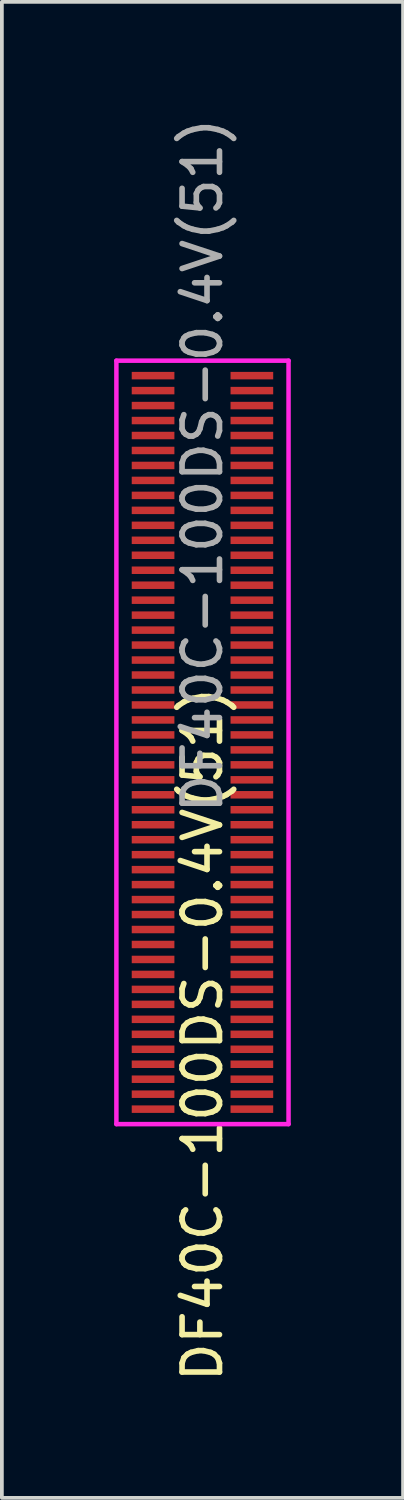
<source format=kicad_pcb>
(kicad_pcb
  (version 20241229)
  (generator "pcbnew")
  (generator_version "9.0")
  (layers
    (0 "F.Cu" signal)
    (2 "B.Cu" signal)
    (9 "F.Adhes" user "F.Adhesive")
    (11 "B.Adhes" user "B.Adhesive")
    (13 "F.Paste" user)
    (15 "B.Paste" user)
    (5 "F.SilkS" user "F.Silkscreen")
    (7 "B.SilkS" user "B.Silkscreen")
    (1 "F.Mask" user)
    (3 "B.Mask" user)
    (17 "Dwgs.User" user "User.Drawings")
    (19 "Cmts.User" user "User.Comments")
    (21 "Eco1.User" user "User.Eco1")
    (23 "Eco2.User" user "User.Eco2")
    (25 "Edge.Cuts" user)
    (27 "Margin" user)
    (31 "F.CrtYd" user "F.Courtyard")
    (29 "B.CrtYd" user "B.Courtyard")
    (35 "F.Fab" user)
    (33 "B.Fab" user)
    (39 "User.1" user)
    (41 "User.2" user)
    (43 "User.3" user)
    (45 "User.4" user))
  (footprint "DF40C-100DS-0.4V(51)"
    (layer "F.Cu")
    (at 2.36 16.787)
    (property "Reference" "DF40C-100DS-0.4V(51)" (at 0 7.8 90) (unlocked yes) (layer "F.SilkS") (effects (font (size 1 1) (thickness 0.15))))
    (fp_line (start -2.3 -10.2) (end 2.3 -10.2) (stroke (width 0.12) (type solid)) (layer "F.CrtYd"))
    (fp_line (start -2.3 10.2) (end -2.3 -10.2) (stroke (width 0.12) (type solid)) (layer "F.CrtYd"))
    (fp_line (start 2.3 -10.2) (end 2.3 10.2) (stroke (width 0.12) (type solid)) (layer "F.CrtYd"))
    (fp_line (start 2.3 10.2) (end -2.3 10.2) (stroke (width 0.12) (type solid)) (layer "F.CrtYd"))
    (fp_text user "${REFERENCE}" (at 0 -7.4 90) (unlocked yes) (layer "F.Fab") (effects (font (size 1 1) (thickness 0.15))))
    (pad "1" smd rect (at -1.32 -9.8) (size 1.14 0.2) (layers "F.Cu" "F.Mask" "F.Paste"))
    (pad "2" smd rect (at 1.32 -9.8) (size 1.14 0.2) (layers "F.Cu" "F.Mask" "F.Paste"))
    (pad "3" smd rect (at -1.32 -9.4) (size 1.14 0.2) (layers "F.Cu" "F.Mask" "F.Paste"))
    (pad "4" smd rect (at 1.32 -9.4) (size 1.14 0.2) (layers "F.Cu" "F.Mask" "F.Paste"))
    (pad "5" smd rect (at -1.32 -9) (size 1.14 0.2) (layers "F.Cu" "F.Mask" "F.Paste"))
    (pad "6" smd rect (at 1.32 -9) (size 1.14 0.2) (layers "F.Cu" "F.Mask" "F.Paste"))
    (pad "7" smd rect (at -1.32 -8.6) (size 1.14 0.2) (layers "F.Cu" "F.Mask" "F.Paste"))
    (pad "8" smd rect (at 1.32 -8.6) (size 1.14 0.2) (layers "F.Cu" "F.Mask" "F.Paste"))
    (pad "9" smd rect (at -1.32 -8.2) (size 1.14 0.2) (layers "F.Cu" "F.Mask" "F.Paste"))
    (pad "10" smd rect (at 1.32 -8.2) (size 1.14 0.2) (layers "F.Cu" "F.Mask" "F.Paste"))
    (pad "11" smd rect (at -1.32 -7.8) (size 1.14 0.2) (layers "F.Cu" "F.Mask" "F.Paste"))
    (pad "12" smd rect (at 1.32 -7.8) (size 1.14 0.2) (layers "F.Cu" "F.Mask" "F.Paste"))
    (pad "13" smd rect (at -1.32 -7.4) (size 1.14 0.2) (layers "F.Cu" "F.Mask" "F.Paste"))
    (pad "14" smd rect (at 1.32 -7.4) (size 1.14 0.2) (layers "F.Cu" "F.Mask" "F.Paste"))
    (pad "15" smd rect (at -1.32 -7) (size 1.14 0.2) (layers "F.Cu" "F.Mask" "F.Paste"))
    (pad "16" smd rect (at 1.32 -7) (size 1.14 0.2) (layers "F.Cu" "F.Mask" "F.Paste"))
    (pad "17" smd rect (at -1.32 -6.6) (size 1.14 0.2) (layers "F.Cu" "F.Mask" "F.Paste"))
    (pad "18" smd rect (at 1.32 -6.6) (size 1.14 0.2) (layers "F.Cu" "F.Mask" "F.Paste"))
    (pad "19" smd rect (at -1.32 -6.2) (size 1.14 0.2) (layers "F.Cu" "F.Mask" "F.Paste"))
    (pad "20" smd rect (at 1.32 -6.2) (size 1.14 0.2) (layers "F.Cu" "F.Mask" "F.Paste"))
    (pad "21" smd rect (at -1.32 -5.8) (size 1.14 0.2) (layers "F.Cu" "F.Mask" "F.Paste"))
    (pad "22" smd rect (at 1.32 -5.8) (size 1.14 0.2) (layers "F.Cu" "F.Mask" "F.Paste"))
    (pad "23" smd rect (at -1.32 -5.4) (size 1.14 0.2) (layers "F.Cu" "F.Mask" "F.Paste"))
    (pad "24" smd rect (at 1.32 -5.4) (size 1.14 0.2) (layers "F.Cu" "F.Mask" "F.Paste"))
    (pad "25" smd rect (at -1.32 -5) (size 1.14 0.2) (layers "F.Cu" "F.Mask" "F.Paste"))
    (pad "26" smd rect (at 1.32 -5) (size 1.14 0.2) (layers "F.Cu" "F.Mask" "F.Paste"))
    (pad "27" smd rect (at -1.32 -4.6) (size 1.14 0.2) (layers "F.Cu" "F.Mask" "F.Paste"))
    (pad "28" smd rect (at 1.32 -4.6) (size 1.14 0.2) (layers "F.Cu" "F.Mask" "F.Paste"))
    (pad "29" smd rect (at -1.32 -4.2) (size 1.14 0.2) (layers "F.Cu" "F.Mask" "F.Paste"))
    (pad "30" smd rect (at 1.32 -4.2) (size 1.14 0.2) (layers "F.Cu" "F.Mask" "F.Paste"))
    (pad "31" smd rect (at -1.32 -3.8) (size 1.14 0.2) (layers "F.Cu" "F.Mask" "F.Paste"))
    (pad "32" smd rect (at 1.32 -3.8) (size 1.14 0.2) (layers "F.Cu" "F.Mask" "F.Paste"))
    (pad "33" smd rect (at -1.32 -3.4) (size 1.14 0.2) (layers "F.Cu" "F.Mask" "F.Paste"))
    (pad "34" smd rect (at 1.32 -3.4) (size 1.14 0.2) (layers "F.Cu" "F.Mask" "F.Paste"))
    (pad "35" smd rect (at -1.32 -3) (size 1.14 0.2) (layers "F.Cu" "F.Mask" "F.Paste"))
    (pad "36" smd rect (at 1.32 -3) (size 1.14 0.2) (layers "F.Cu" "F.Mask" "F.Paste"))
    (pad "37" smd rect (at -1.32 -2.6) (size 1.14 0.2) (layers "F.Cu" "F.Mask" "F.Paste"))
    (pad "38" smd rect (at 1.32 -2.6) (size 1.14 0.2) (layers "F.Cu" "F.Mask" "F.Paste"))
    (pad "39" smd rect (at -1.32 -2.2) (size 1.14 0.2) (layers "F.Cu" "F.Mask" "F.Paste"))
    (pad "40" smd rect (at 1.32 -2.2) (size 1.14 0.2) (layers "F.Cu" "F.Mask" "F.Paste"))
    (pad "41" smd rect (at -1.32 -1.8) (size 1.14 0.2) (layers "F.Cu" "F.Mask" "F.Paste"))
    (pad "42" smd rect (at 1.32 -1.8) (size 1.14 0.2) (layers "F.Cu" "F.Mask" "F.Paste"))
    (pad "43" smd rect (at -1.32 -1.4) (size 1.14 0.2) (layers "F.Cu" "F.Mask" "F.Paste"))
    (pad "44" smd rect (at 1.32 -1.4) (size 1.14 0.2) (layers "F.Cu" "F.Mask" "F.Paste"))
    (pad "45" smd rect (at -1.32 -1) (size 1.14 0.2) (layers "F.Cu" "F.Mask" "F.Paste"))
    (pad "46" smd rect (at 1.32 -1) (size 1.14 0.2) (layers "F.Cu" "F.Mask" "F.Paste"))
    (pad "47" smd rect (at -1.32 -0.6) (size 1.14 0.2) (layers "F.Cu" "F.Mask" "F.Paste"))
    (pad "48" smd rect (at 1.32 -0.6) (size 1.14 0.2) (layers "F.Cu" "F.Mask" "F.Paste"))
    (pad "49" smd rect (at -1.32 -0.2) (size 1.14 0.2) (layers "F.Cu" "F.Mask" "F.Paste"))
    (pad "50" smd rect (at 1.32 -0.2) (size 1.14 0.2) (layers "F.Cu" "F.Mask" "F.Paste"))
    (pad "51" smd rect (at -1.32 0.2) (size 1.14 0.2) (layers "F.Cu" "F.Mask" "F.Paste"))
    (pad "52" smd rect (at 1.32 0.2) (size 1.14 0.2) (layers "F.Cu" "F.Mask" "F.Paste"))
    (pad "53" smd rect (at -1.32 0.6) (size 1.14 0.2) (layers "F.Cu" "F.Mask" "F.Paste"))
    (pad "54" smd rect (at 1.32 0.6) (size 1.14 0.2) (layers "F.Cu" "F.Mask" "F.Paste"))
    (pad "55" smd rect (at -1.32 1) (size 1.14 0.2) (layers "F.Cu" "F.Mask" "F.Paste"))
    (pad "56" smd rect (at 1.32 1) (size 1.14 0.2) (layers "F.Cu" "F.Mask" "F.Paste"))
    (pad "57" smd rect (at -1.32 1.4) (size 1.14 0.2) (layers "F.Cu" "F.Mask" "F.Paste"))
    (pad "58" smd rect (at 1.32 1.4) (size 1.14 0.2) (layers "F.Cu" "F.Mask" "F.Paste"))
    (pad "59" smd rect (at -1.32 1.8) (size 1.14 0.2) (layers "F.Cu" "F.Mask" "F.Paste"))
    (pad "60" smd rect (at 1.32 1.8) (size 1.14 0.2) (layers "F.Cu" "F.Mask" "F.Paste"))
    (pad "61" smd rect (at -1.32 2.2) (size 1.14 0.2) (layers "F.Cu" "F.Mask" "F.Paste"))
    (pad "62" smd rect (at 1.32 2.2) (size 1.14 0.2) (layers "F.Cu" "F.Mask" "F.Paste"))
    (pad "63" smd rect (at -1.32 2.6) (size 1.14 0.2) (layers "F.Cu" "F.Mask" "F.Paste"))
    (pad "64" smd rect (at 1.32 2.6) (size 1.14 0.2) (layers "F.Cu" "F.Mask" "F.Paste"))
    (pad "65" smd rect (at -1.32 3) (size 1.14 0.2) (layers "F.Cu" "F.Mask" "F.Paste"))
    (pad "66" smd rect (at 1.32 3) (size 1.14 0.2) (layers "F.Cu" "F.Mask" "F.Paste"))
    (pad "67" smd rect (at -1.32 3.4) (size 1.14 0.2) (layers "F.Cu" "F.Mask" "F.Paste"))
    (pad "68" smd rect (at 1.32 3.4) (size 1.14 0.2) (layers "F.Cu" "F.Mask" "F.Paste"))
    (pad "69" smd rect (at -1.32 3.8) (size 1.14 0.2) (layers "F.Cu" "F.Mask" "F.Paste"))
    (pad "70" smd rect (at 1.32 3.8) (size 1.14 0.2) (layers "F.Cu" "F.Mask" "F.Paste"))
    (pad "71" smd rect (at -1.32 4.2) (size 1.14 0.2) (layers "F.Cu" "F.Mask" "F.Paste"))
    (pad "72" smd rect (at 1.32 4.2) (size 1.14 0.2) (layers "F.Cu" "F.Mask" "F.Paste"))
    (pad "73" smd rect (at -1.32 4.6) (size 1.14 0.2) (layers "F.Cu" "F.Mask" "F.Paste"))
    (pad "74" smd rect (at 1.32 4.6) (size 1.14 0.2) (layers "F.Cu" "F.Mask" "F.Paste"))
    (pad "75" smd rect (at -1.32 5) (size 1.14 0.2) (layers "F.Cu" "F.Mask" "F.Paste"))
    (pad "76" smd rect (at 1.32 5) (size 1.14 0.2) (layers "F.Cu" "F.Mask" "F.Paste"))
    (pad "77" smd rect (at -1.32 5.4) (size 1.14 0.2) (layers "F.Cu" "F.Mask" "F.Paste"))
    (pad "78" smd rect (at 1.32 5.4) (size 1.14 0.2) (layers "F.Cu" "F.Mask" "F.Paste"))
    (pad "79" smd rect (at -1.32 5.8) (size 1.14 0.2) (layers "F.Cu" "F.Mask" "F.Paste"))
    (pad "80" smd rect (at 1.32 5.8) (size 1.14 0.2) (layers "F.Cu" "F.Mask" "F.Paste"))
    (pad "81" smd rect (at -1.32 6.2) (size 1.14 0.2) (layers "F.Cu" "F.Mask" "F.Paste"))
    (pad "82" smd rect (at 1.32 6.2) (size 1.14 0.2) (layers "F.Cu" "F.Mask" "F.Paste"))
    (pad "83" smd rect (at -1.32 6.6) (size 1.14 0.2) (layers "F.Cu" "F.Mask" "F.Paste"))
    (pad "84" smd rect (at 1.32 6.6) (size 1.14 0.2) (layers "F.Cu" "F.Mask" "F.Paste"))
    (pad "85" smd rect (at -1.32 7) (size 1.14 0.2) (layers "F.Cu" "F.Mask" "F.Paste"))
    (pad "86" smd rect (at 1.32 7) (size 1.14 0.2) (layers "F.Cu" "F.Mask" "F.Paste"))
    (pad "87" smd rect (at -1.32 7.4) (size 1.14 0.2) (layers "F.Cu" "F.Mask" "F.Paste"))
    (pad "88" smd rect (at 1.32 7.4) (size 1.14 0.2) (layers "F.Cu" "F.Mask" "F.Paste"))
    (pad "89" smd rect (at -1.32 7.8) (size 1.14 0.2) (layers "F.Cu" "F.Mask" "F.Paste"))
    (pad "90" smd rect (at 1.32 7.8) (size 1.14 0.2) (layers "F.Cu" "F.Mask" "F.Paste"))
    (pad "91" smd rect (at -1.32 8.2) (size 1.14 0.2) (layers "F.Cu" "F.Mask" "F.Paste"))
    (pad "92" smd rect (at 1.32 8.2) (size 1.14 0.2) (layers "F.Cu" "F.Mask" "F.Paste"))
    (pad "93" smd rect (at -1.32 8.6) (size 1.14 0.2) (layers "F.Cu" "F.Mask" "F.Paste"))
    (pad "94" smd rect (at 1.32 8.6) (size 1.14 0.2) (layers "F.Cu" "F.Mask" "F.Paste"))
    (pad "95" smd rect (at -1.32 9) (size 1.14 0.2) (layers "F.Cu" "F.Mask" "F.Paste"))
    (pad "96" smd rect (at 1.32 9) (size 1.14 0.2) (layers "F.Cu" "F.Mask" "F.Paste"))
    (pad "97" smd rect (at -1.32 9.4) (size 1.14 0.2) (layers "F.Cu" "F.Mask" "F.Paste"))
    (pad "98" smd rect (at 1.32 9.4) (size 1.14 0.2) (layers "F.Cu" "F.Mask" "F.Paste"))
    (pad "99" smd rect (at -1.32 9.8) (size 1.14 0.2) (layers "F.Cu" "F.Mask" "F.Paste"))
    (pad "100" smd rect (at 1.32 9.8) (size 1.14 0.2) (layers "F.Cu" "F.Mask" "F.Paste"))
    (zone (net_name "") (layer "F.Cu") (hatch edge 0.508) (connect_pads) (min_thickness 0.254) (filled_areas_thickness no) (keepout (tracks allowed) (vias allowed) (pads allowed) (copperpour not_allowed) (footprints allowed)) (placement (enabled no)) (fill) (polygon (pts (xy 1.56 7.287) (xy 0.56 7.287) (xy 0.56 7.087) (xy 1.56 7.087))))
    (zone (net_name "") (layer "F.Cu") (hatch edge 0.508) (connect_pads) (min_thickness 0.254) (filled_areas_thickness no) (keepout (tracks allowed) (vias allowed) (pads allowed) (copperpour not_allowed) (footprints allowed)) (placement (enabled no)) (fill) (polygon (pts (xy 1.56 7.687) (xy 0.56 7.687) (xy 0.56 7.487) (xy 1.56 7.487))))
    (zone (net_name "") (layer "F.Cu") (hatch edge 0.508) (connect_pads) (min_thickness 0.254) (filled_areas_thickness no) (keepout (tracks allowed) (vias allowed) (pads allowed) (copperpour not_allowed) (footprints allowed)) (placement (enabled no)) (fill) (polygon (pts (xy 1.56 8.087) (xy 0.56 8.087) (xy 0.56 7.887) (xy 1.56 7.887))))
    (zone (net_name "") (layer "F.Cu") (hatch edge 0.508) (connect_pads) (min_thickness 0.254) (filled_areas_thickness no) (keepout (tracks allowed) (vias allowed) (pads allowed) (copperpour not_allowed) (footprints allowed)) (placement (enabled no)) (fill) (polygon (pts (xy 1.56 8.487) (xy 0.56 8.487) (xy 0.56 8.287) (xy 1.56 8.287))))
    (zone (net_name "") (layer "F.Cu") (hatch edge 0.508) (connect_pads) (min_thickness 0.254) (filled_areas_thickness no) (keepout (tracks allowed) (vias allowed) (pads allowed) (copperpour not_allowed) (footprints allowed)) (placement (enabled no)) (fill) (polygon (pts (xy 1.56 8.887) (xy 0.56 8.887) (xy 0.56 8.687) (xy 1.56 8.687))))
    (zone (net_name "") (layer "F.Cu") (hatch edge 0.508) (connect_pads) (min_thickness 0.254) (filled_areas_thickness no) (keepout (tracks allowed) (vias allowed) (pads allowed) (copperpour not_allowed) (footprints allowed)) (placement (enabled no)) (fill) (polygon (pts (xy 1.56 9.287) (xy 0.56 9.287) (xy 0.56 9.087) (xy 1.56 9.087))))
    (zone (net_name "") (layer "F.Cu") (hatch edge 0.508) (connect_pads) (min_thickness 0.254) (filled_areas_thickness no) (keepout (tracks allowed) (vias allowed) (pads allowed) (copperpour not_allowed) (footprints allowed)) (placement (enabled no)) (fill) (polygon (pts (xy 1.56 9.687) (xy 0.56 9.687) (xy 0.56 9.487) (xy 1.56 9.487))))
    (zone (net_name "") (layer "F.Cu") (hatch edge 0.508) (connect_pads) (min_thickness 0.254) (filled_areas_thickness no) (keepout (tracks allowed) (vias allowed) (pads allowed) (copperpour not_allowed) (footprints allowed)) (placement (enabled no)) (fill) (polygon (pts (xy 1.56 10.087) (xy 0.56 10.087) (xy 0.56 9.887) (xy 1.56 9.887))))
    (zone (net_name "") (layer "F.Cu") (hatch edge 0.508) (connect_pads) (min_thickness 0.254) (filled_areas_thickness no) (keepout (tracks allowed) (vias allowed) (pads allowed) (copperpour not_allowed) (footprints allowed)) (placement (enabled no)) (fill) (polygon (pts (xy 1.56 10.487) (xy 0.56 10.487) (xy 0.56 10.287) (xy 1.56 10.287))))
    (zone (net_name "") (layer "F.Cu") (hatch edge 0.508) (connect_pads) (min_thickness 0.254) (filled_areas_thickness no) (keepout (tracks allowed) (vias allowed) (pads allowed) (copperpour not_allowed) (footprints allowed)) (placement (enabled no)) (fill) (polygon (pts (xy 1.56 10.887) (xy 0.56 10.887) (xy 0.56 10.687) (xy 1.56 10.687))))
    (zone (net_name "") (layer "F.Cu") (hatch edge 0.508) (connect_pads) (min_thickness 0.254) (filled_areas_thickness no) (keepout (tracks allowed) (vias allowed) (pads allowed) (copperpour not_allowed) (footprints allowed)) (placement (enabled no)) (fill) (polygon (pts (xy 1.56 11.287) (xy 0.56 11.287) (xy 0.56 11.087) (xy 1.56 11.087))))
    (zone (net_name "") (layer "F.Cu") (hatch edge 0.508) (connect_pads) (min_thickness 0.254) (filled_areas_thickness no) (keepout (tracks allowed) (vias allowed) (pads allowed) (copperpour not_allowed) (footprints allowed)) (placement (enabled no)) (fill) (polygon (pts (xy 1.56 11.687) (xy 0.56 11.687) (xy 0.56 11.487) (xy 1.56 11.487))))
    (zone (net_name "") (layer "F.Cu") (hatch edge 0.508) (connect_pads) (min_thickness 0.254) (filled_areas_thickness no) (keepout (tracks allowed) (vias allowed) (pads allowed) (copperpour not_allowed) (footprints allowed)) (placement (enabled no)) (fill) (polygon (pts (xy 1.56 12.087) (xy 0.56 12.087) (xy 0.56 11.887) (xy 1.56 11.887))))
    (zone (net_name "") (layer "F.Cu") (hatch edge 0.508) (connect_pads) (min_thickness 0.254) (filled_areas_thickness no) (keepout (tracks allowed) (vias allowed) (pads allowed) (copperpour not_allowed) (footprints allowed)) (placement (enabled no)) (fill) (polygon (pts (xy 1.56 12.487) (xy 0.56 12.487) (xy 0.56 12.287) (xy 1.56 12.287))))
    (zone (net_name "") (layer "F.Cu") (hatch edge 0.508) (connect_pads) (min_thickness 0.254) (filled_areas_thickness no) (keepout (tracks allowed) (vias allowed) (pads allowed) (copperpour not_allowed) (footprints allowed)) (placement (enabled no)) (fill) (polygon (pts (xy 1.56 12.887) (xy 0.56 12.887) (xy 0.56 12.687) (xy 1.56 12.687))))
    (zone (net_name "") (layer "F.Cu") (hatch edge 0.508) (connect_pads) (min_thickness 0.254) (filled_areas_thickness no) (keepout (tracks allowed) (vias allowed) (pads allowed) (copperpour not_allowed) (footprints allowed)) (placement (enabled no)) (fill) (polygon (pts (xy 1.56 13.287) (xy 0.56 13.287) (xy 0.56 13.087) (xy 1.56 13.087))))
    (zone (net_name "") (layer "F.Cu") (hatch edge 0.508) (connect_pads) (min_thickness 0.254) (filled_areas_thickness no) (keepout (tracks allowed) (vias allowed) (pads allowed) (copperpour not_allowed) (footprints allowed)) (placement (enabled no)) (fill) (polygon (pts (xy 1.56 13.687) (xy 0.56 13.687) (xy 0.56 13.487) (xy 1.56 13.487))))
    (zone (net_name "") (layer "F.Cu") (hatch edge 0.508) (connect_pads) (min_thickness 0.254) (filled_areas_thickness no) (keepout (tracks allowed) (vias allowed) (pads allowed) (copperpour not_allowed) (footprints allowed)) (placement (enabled no)) (fill) (polygon (pts (xy 1.56 14.087) (xy 0.56 14.087) (xy 0.56 13.887) (xy 1.56 13.887))))
    (zone (net_name "") (layer "F.Cu") (hatch edge 0.508) (connect_pads) (min_thickness 0.254) (filled_areas_thickness no) (keepout (tracks allowed) (vias allowed) (pads allowed) (copperpour not_allowed) (footprints allowed)) (placement (enabled no)) (fill) (polygon (pts (xy 1.56 14.487) (xy 0.56 14.487) (xy 0.56 14.287) (xy 1.56 14.287))))
    (zone (net_name "") (layer "F.Cu") (hatch edge 0.508) (connect_pads) (min_thickness 0.254) (filled_areas_thickness no) (keepout (tracks allowed) (vias allowed) (pads allowed) (copperpour not_allowed) (footprints allowed)) (placement (enabled no)) (fill) (polygon (pts (xy 1.56 14.887) (xy 0.56 14.887) (xy 0.56 14.687) (xy 1.56 14.687))))
    (zone (net_name "") (layer "F.Cu") (hatch edge 0.508) (connect_pads) (min_thickness 0.254) (filled_areas_thickness no) (keepout (tracks allowed) (vias allowed) (pads allowed) (copperpour not_allowed) (footprints allowed)) (placement (enabled no)) (fill) (polygon (pts (xy 1.56 15.287) (xy 0.56 15.287) (xy 0.56 15.087) (xy 1.56 15.087))))
    (zone (net_name "") (layer "F.Cu") (hatch edge 0.508) (connect_pads) (min_thickness 0.254) (filled_areas_thickness no) (keepout (tracks allowed) (vias allowed) (pads allowed) (copperpour not_allowed) (footprints allowed)) (placement (enabled no)) (fill) (polygon (pts (xy 1.56 15.687) (xy 0.56 15.687) (xy 0.56 15.487) (xy 1.56 15.487))))
    (zone (net_name "") (layer "F.Cu") (hatch edge 0.508) (connect_pads) (min_thickness 0.254) (filled_areas_thickness no) (keepout (tracks allowed) (vias allowed) (pads allowed) (copperpour not_allowed) (footprints allowed)) (placement (enabled no)) (fill) (polygon (pts (xy 1.56 16.087) (xy 0.56 16.087) (xy 0.56 15.887) (xy 1.56 15.887))))
    (zone (net_name "") (layer "F.Cu") (hatch edge 0.508) (connect_pads) (min_thickness 0.254) (filled_areas_thickness no) (keepout (tracks allowed) (vias allowed) (pads allowed) (copperpour not_allowed) (footprints allowed)) (placement (enabled no)) (fill) (polygon (pts (xy 1.56 16.487) (xy 0.56 16.487) (xy 0.56 16.287) (xy 1.56 16.287))))
    (zone (net_name "") (layer "F.Cu") (hatch edge 0.508) (connect_pads) (min_thickness 0.254) (filled_areas_thickness no) (keepout (tracks allowed) (vias allowed) (pads allowed) (copperpour not_allowed) (footprints allowed)) (placement (enabled no)) (fill) (polygon (pts (xy 1.56 16.887) (xy 0.56 16.887) (xy 0.56 16.687) (xy 1.56 16.687))))
    (zone (net_name "") (layer "F.Cu") (hatch edge 0.508) (connect_pads) (min_thickness 0.254) (filled_areas_thickness no) (keepout (tracks allowed) (vias allowed) (pads allowed) (copperpour not_allowed) (footprints allowed)) (placement (enabled no)) (fill) (polygon (pts (xy 1.56 17.287) (xy 0.56 17.287) (xy 0.56 17.087) (xy 1.56 17.087))))
    (zone (net_name "") (layer "F.Cu") (hatch edge 0.508) (connect_pads) (min_thickness 0.254) (filled_areas_thickness no) (keepout (tracks allowed) (vias allowed) (pads allowed) (copperpour not_allowed) (footprints allowed)) (placement (enabled no)) (fill) (polygon (pts (xy 1.56 17.687) (xy 0.56 17.687) (xy 0.56 17.487) (xy 1.56 17.487))))
    (zone (net_name "") (layer "F.Cu") (hatch edge 0.508) (connect_pads) (min_thickness 0.254) (filled_areas_thickness no) (keepout (tracks allowed) (vias allowed) (pads allowed) (copperpour not_allowed) (footprints allowed)) (placement (enabled no)) (fill) (polygon (pts (xy 1.56 18.087) (xy 0.56 18.087) (xy 0.56 17.887) (xy 1.56 17.887))))
    (zone (net_name "") (layer "F.Cu") (hatch edge 0.508) (connect_pads) (min_thickness 0.254) (filled_areas_thickness no) (keepout (tracks allowed) (vias allowed) (pads allowed) (copperpour not_allowed) (footprints allowed)) (placement (enabled no)) (fill) (polygon (pts (xy 1.56 18.487) (xy 0.56 18.487) (xy 0.56 18.287) (xy 1.56 18.287))))
    (zone (net_name "") (layer "F.Cu") (hatch edge 0.508) (connect_pads) (min_thickness 0.254) (filled_areas_thickness no) (keepout (tracks allowed) (vias allowed) (pads allowed) (copperpour not_allowed) (footprints allowed)) (placement (enabled no)) (fill) (polygon (pts (xy 1.56 18.887) (xy 0.56 18.887) (xy 0.56 18.687) (xy 1.56 18.687))))
    (zone (net_name "") (layer "F.Cu") (hatch edge 0.508) (connect_pads) (min_thickness 0.254) (filled_areas_thickness no) (keepout (tracks allowed) (vias allowed) (pads allowed) (copperpour not_allowed) (footprints allowed)) (placement (enabled no)) (fill) (polygon (pts (xy 1.56 19.287) (xy 0.56 19.287) (xy 0.56 19.087) (xy 1.56 19.087))))
    (zone (net_name "") (layer "F.Cu") (hatch edge 0.508) (connect_pads) (min_thickness 0.254) (filled_areas_thickness no) (keepout (tracks allowed) (vias allowed) (pads allowed) (copperpour not_allowed) (footprints allowed)) (placement (enabled no)) (fill) (polygon (pts (xy 1.56 19.687) (xy 0.56 19.687) (xy 0.56 19.487) (xy 1.56 19.487))))
    (zone (net_name "") (layer "F.Cu") (hatch edge 0.508) (connect_pads) (min_thickness 0.254) (filled_areas_thickness no) (keepout (tracks allowed) (vias allowed) (pads allowed) (copperpour not_allowed) (footprints allowed)) (placement (enabled no)) (fill) (polygon (pts (xy 1.56 20.087) (xy 0.56 20.087) (xy 0.56 19.887) (xy 1.56 19.887))))
    (zone (net_name "") (layer "F.Cu") (hatch edge 0.508) (connect_pads) (min_thickness 0.254) (filled_areas_thickness no) (keepout (tracks allowed) (vias allowed) (pads allowed) (copperpour not_allowed) (footprints allowed)) (placement (enabled no)) (fill) (polygon (pts (xy 1.56 20.487) (xy 0.56 20.487) (xy 0.56 20.287) (xy 1.56 20.287))))
    (zone (net_name "") (layer "F.Cu") (hatch edge 0.508) (connect_pads) (min_thickness 0.254) (filled_areas_thickness no) (keepout (tracks allowed) (vias allowed) (pads allowed) (copperpour not_allowed) (footprints allowed)) (placement (enabled no)) (fill) (polygon (pts (xy 1.56 20.887) (xy 0.56 20.887) (xy 0.56 20.687) (xy 1.56 20.687))))
    (zone (net_name "") (layer "F.Cu") (hatch edge 0.508) (connect_pads) (min_thickness 0.254) (filled_areas_thickness no) (keepout (tracks allowed) (vias allowed) (pads allowed) (copperpour not_allowed) (footprints allowed)) (placement (enabled no)) (fill) (polygon (pts (xy 1.56 21.287) (xy 0.56 21.287) (xy 0.56 21.087) (xy 1.56 21.087))))
    (zone (net_name "") (layer "F.Cu") (hatch edge 0.508) (connect_pads) (min_thickness 0.254) (filled_areas_thickness no) (keepout (tracks allowed) (vias allowed) (pads allowed) (copperpour not_allowed) (footprints allowed)) (placement (enabled no)) (fill) (polygon (pts (xy 1.56 21.687) (xy 0.56 21.687) (xy 0.56 21.487) (xy 1.56 21.487))))
    (zone (net_name "") (layer "F.Cu") (hatch edge 0.508) (connect_pads) (min_thickness 0.254) (filled_areas_thickness no) (keepout (tracks allowed) (vias allowed) (pads allowed) (copperpour not_allowed) (footprints allowed)) (placement (enabled no)) (fill) (polygon (pts (xy 1.56 22.087) (xy 0.56 22.087) (xy 0.56 21.887) (xy 1.56 21.887))))
    (zone (net_name "") (layer "F.Cu") (hatch edge 0.508) (connect_pads) (min_thickness 0.254) (filled_areas_thickness no) (keepout (tracks allowed) (vias allowed) (pads allowed) (copperpour not_allowed) (footprints allowed)) (placement (enabled no)) (fill) (polygon (pts (xy 1.56 22.487) (xy 0.56 22.487) (xy 0.56 22.287) (xy 1.56 22.287))))
    (zone (net_name "") (layer "F.Cu") (hatch edge 0.508) (connect_pads) (min_thickness 0.254) (filled_areas_thickness no) (keepout (tracks allowed) (vias allowed) (pads allowed) (copperpour not_allowed) (footprints allowed)) (placement (enabled no)) (fill) (polygon (pts (xy 1.56 22.887) (xy 0.56 22.887) (xy 0.56 22.687) (xy 1.56 22.687))))
    (zone (net_name "") (layer "F.Cu") (hatch edge 0.508) (connect_pads) (min_thickness 0.254) (filled_areas_thickness no) (keepout (tracks allowed) (vias allowed) (pads allowed) (copperpour not_allowed) (footprints allowed)) (placement (enabled no)) (fill) (polygon (pts (xy 1.56 23.287) (xy 0.56 23.287) (xy 0.56 23.087) (xy 1.56 23.087))))
    (zone (net_name "") (layer "F.Cu") (hatch edge 0.508) (connect_pads) (min_thickness 0.254) (filled_areas_thickness no) (keepout (tracks allowed) (vias allowed) (pads allowed) (copperpour not_allowed) (footprints allowed)) (placement (enabled no)) (fill) (polygon (pts (xy 1.56 23.687) (xy 0.56 23.687) (xy 0.56 23.487) (xy 1.56 23.487))))
    (zone (net_name "") (layer "F.Cu") (hatch edge 0.508) (connect_pads) (min_thickness 0.254) (filled_areas_thickness no) (keepout (tracks allowed) (vias allowed) (pads allowed) (copperpour not_allowed) (footprints allowed)) (placement (enabled no)) (fill) (polygon (pts (xy 1.56 24.087) (xy 0.56 24.087) (xy 0.56 23.887) (xy 1.56 23.887))))
    (zone (net_name "") (layer "F.Cu") (hatch edge 0.508) (connect_pads) (min_thickness 0.254) (filled_areas_thickness no) (keepout (tracks allowed) (vias allowed) (pads allowed) (copperpour not_allowed) (footprints allowed)) (placement (enabled no)) (fill) (polygon (pts (xy 1.56 24.487) (xy 0.56 24.487) (xy 0.56 24.287) (xy 1.56 24.287))))
    (zone (net_name "") (layer "F.Cu") (hatch edge 0.508) (connect_pads) (min_thickness 0.254) (filled_areas_thickness no) (keepout (tracks allowed) (vias allowed) (pads allowed) (copperpour not_allowed) (footprints allowed)) (placement (enabled no)) (fill) (polygon (pts (xy 1.56 24.887) (xy 0.56 24.887) (xy 0.56 24.687) (xy 1.56 24.687))))
    (zone (net_name "") (layer "F.Cu") (hatch edge 0.508) (connect_pads) (min_thickness 0.254) (filled_areas_thickness no) (keepout (tracks allowed) (vias allowed) (pads allowed) (copperpour not_allowed) (footprints allowed)) (placement (enabled no)) (fill) (polygon (pts (xy 1.56 25.287) (xy 0.56 25.287) (xy 0.56 25.087) (xy 1.56 25.087))))
    (zone (net_name "") (layer "F.Cu") (hatch edge 0.508) (connect_pads) (min_thickness 0.254) (filled_areas_thickness no) (keepout (tracks allowed) (vias allowed) (pads allowed) (copperpour not_allowed) (footprints allowed)) (placement (enabled no)) (fill) (polygon (pts (xy 1.56 25.687) (xy 0.56 25.687) (xy 0.56 25.487) (xy 1.56 25.487))))
    (zone (net_name "") (layer "F.Cu") (hatch edge 0.508) (connect_pads) (min_thickness 0.254) (filled_areas_thickness no) (keepout (tracks allowed) (vias allowed) (pads allowed) (copperpour not_allowed) (footprints allowed)) (placement (enabled no)) (fill) (polygon (pts (xy 1.56 26.087) (xy 0.56 26.087) (xy 0.56 25.887) (xy 1.56 25.887))))
    (zone (net_name "") (layer "F.Cu") (hatch edge 0.508) (connect_pads) (min_thickness 0.254) (filled_areas_thickness no) (keepout (tracks allowed) (vias allowed) (pads allowed) (copperpour not_allowed) (footprints allowed)) (placement (enabled no)) (fill) (polygon (pts (xy 1.56 26.487) (xy 0.56 26.487) (xy 0.56 26.287) (xy 1.56 26.287))))
    (zone (net_name "") (layer "F.Cu") (hatch edge 0.508) (connect_pads) (min_thickness 0.254) (filled_areas_thickness no) (keepout (tracks allowed) (vias allowed) (pads allowed) (copperpour not_allowed) (footprints allowed)) (placement (enabled no)) (fill) (polygon (pts (xy 4.2 7.287) (xy 3.2 7.287) (xy 3.2 7.087) (xy 4.2 7.087))))
    (zone (net_name "") (layer "F.Cu") (hatch edge 0.508) (connect_pads) (min_thickness 0.254) (filled_areas_thickness no) (keepout (tracks allowed) (vias allowed) (pads allowed) (copperpour not_allowed) (footprints allowed)) (placement (enabled no)) (fill) (polygon (pts (xy 4.2 7.687) (xy 3.2 7.687) (xy 3.2 7.487) (xy 4.2 7.487))))
    (zone (net_name "") (layer "F.Cu") (hatch edge 0.508) (connect_pads) (min_thickness 0.254) (filled_areas_thickness no) (keepout (tracks allowed) (vias allowed) (pads allowed) (copperpour not_allowed) (footprints allowed)) (placement (enabled no)) (fill) (polygon (pts (xy 4.2 8.087) (xy 3.2 8.087) (xy 3.2 7.887) (xy 4.2 7.887))))
    (zone (net_name "") (layer "F.Cu") (hatch edge 0.508) (connect_pads) (min_thickness 0.254) (filled_areas_thickness no) (keepout (tracks allowed) (vias allowed) (pads allowed) (copperpour not_allowed) (footprints allowed)) (placement (enabled no)) (fill) (polygon (pts (xy 4.2 8.487) (xy 3.2 8.487) (xy 3.2 8.287) (xy 4.2 8.287))))
    (zone (net_name "") (layer "F.Cu") (hatch edge 0.508) (connect_pads) (min_thickness 0.254) (filled_areas_thickness no) (keepout (tracks allowed) (vias allowed) (pads allowed) (copperpour not_allowed) (footprints allowed)) (placement (enabled no)) (fill) (polygon (pts (xy 4.2 8.887) (xy 3.2 8.887) (xy 3.2 8.687) (xy 4.2 8.687))))
    (zone (net_name "") (layer "F.Cu") (hatch edge 0.508) (connect_pads) (min_thickness 0.254) (filled_areas_thickness no) (keepout (tracks allowed) (vias allowed) (pads allowed) (copperpour not_allowed) (footprints allowed)) (placement (enabled no)) (fill) (polygon (pts (xy 4.2 9.287) (xy 3.2 9.287) (xy 3.2 9.087) (xy 4.2 9.087))))
    (zone (net_name "") (layer "F.Cu") (hatch edge 0.508) (connect_pads) (min_thickness 0.254) (filled_areas_thickness no) (keepout (tracks allowed) (vias allowed) (pads allowed) (copperpour not_allowed) (footprints allowed)) (placement (enabled no)) (fill) (polygon (pts (xy 4.2 9.687) (xy 3.2 9.687) (xy 3.2 9.487) (xy 4.2 9.487))))
    (zone (net_name "") (layer "F.Cu") (hatch edge 0.508) (connect_pads) (min_thickness 0.254) (filled_areas_thickness no) (keepout (tracks allowed) (vias allowed) (pads allowed) (copperpour not_allowed) (footprints allowed)) (placement (enabled no)) (fill) (polygon (pts (xy 4.2 10.087) (xy 3.2 10.087) (xy 3.2 9.887) (xy 4.2 9.887))))
    (zone (net_name "") (layer "F.Cu") (hatch edge 0.508) (connect_pads) (min_thickness 0.254) (filled_areas_thickness no) (keepout (tracks allowed) (vias allowed) (pads allowed) (copperpour not_allowed) (footprints allowed)) (placement (enabled no)) (fill) (polygon (pts (xy 4.2 10.487) (xy 3.2 10.487) (xy 3.2 10.287) (xy 4.2 10.287))))
    (zone (net_name "") (layer "F.Cu") (hatch edge 0.508) (connect_pads) (min_thickness 0.254) (filled_areas_thickness no) (keepout (tracks allowed) (vias allowed) (pads allowed) (copperpour not_allowed) (footprints allowed)) (placement (enabled no)) (fill) (polygon (pts (xy 4.2 10.887) (xy 3.2 10.887) (xy 3.2 10.687) (xy 4.2 10.687))))
    (zone (net_name "") (layer "F.Cu") (hatch edge 0.508) (connect_pads) (min_thickness 0.254) (filled_areas_thickness no) (keepout (tracks allowed) (vias allowed) (pads allowed) (copperpour not_allowed) (footprints allowed)) (placement (enabled no)) (fill) (polygon (pts (xy 4.2 11.287) (xy 3.2 11.287) (xy 3.2 11.087) (xy 4.2 11.087))))
    (zone (net_name "") (layer "F.Cu") (hatch edge 0.508) (connect_pads) (min_thickness 0.254) (filled_areas_thickness no) (keepout (tracks allowed) (vias allowed) (pads allowed) (copperpour not_allowed) (footprints allowed)) (placement (enabled no)) (fill) (polygon (pts (xy 4.2 11.687) (xy 3.2 11.687) (xy 3.2 11.487) (xy 4.2 11.487))))
    (zone (net_name "") (layer "F.Cu") (hatch edge 0.508) (connect_pads) (min_thickness 0.254) (filled_areas_thickness no) (keepout (tracks allowed) (vias allowed) (pads allowed) (copperpour not_allowed) (footprints allowed)) (placement (enabled no)) (fill) (polygon (pts (xy 4.2 12.087) (xy 3.2 12.087) (xy 3.2 11.887) (xy 4.2 11.887))))
    (zone (net_name "") (layer "F.Cu") (hatch edge 0.508) (connect_pads) (min_thickness 0.254) (filled_areas_thickness no) (keepout (tracks allowed) (vias allowed) (pads allowed) (copperpour not_allowed) (footprints allowed)) (placement (enabled no)) (fill) (polygon (pts (xy 4.2 12.487) (xy 3.2 12.487) (xy 3.2 12.287) (xy 4.2 12.287))))
    (zone (net_name "") (layer "F.Cu") (hatch edge 0.508) (connect_pads) (min_thickness 0.254) (filled_areas_thickness no) (keepout (tracks allowed) (vias allowed) (pads allowed) (copperpour not_allowed) (footprints allowed)) (placement (enabled no)) (fill) (polygon (pts (xy 4.2 12.887) (xy 3.2 12.887) (xy 3.2 12.687) (xy 4.2 12.687))))
    (zone (net_name "") (layer "F.Cu") (hatch edge 0.508) (connect_pads) (min_thickness 0.254) (filled_areas_thickness no) (keepout (tracks allowed) (vias allowed) (pads allowed) (copperpour not_allowed) (footprints allowed)) (placement (enabled no)) (fill) (polygon (pts (xy 4.2 13.287) (xy 3.2 13.287) (xy 3.2 13.087) (xy 4.2 13.087))))
    (zone (net_name "") (layer "F.Cu") (hatch edge 0.508) (connect_pads) (min_thickness 0.254) (filled_areas_thickness no) (keepout (tracks allowed) (vias allowed) (pads allowed) (copperpour not_allowed) (footprints allowed)) (placement (enabled no)) (fill) (polygon (pts (xy 4.2 13.687) (xy 3.2 13.687) (xy 3.2 13.487) (xy 4.2 13.487))))
    (zone (net_name "") (layer "F.Cu") (hatch edge 0.508) (connect_pads) (min_thickness 0.254) (filled_areas_thickness no) (keepout (tracks allowed) (vias allowed) (pads allowed) (copperpour not_allowed) (footprints allowed)) (placement (enabled no)) (fill) (polygon (pts (xy 4.2 14.087) (xy 3.2 14.087) (xy 3.2 13.887) (xy 4.2 13.887))))
    (zone (net_name "") (layer "F.Cu") (hatch edge 0.508) (connect_pads) (min_thickness 0.254) (filled_areas_thickness no) (keepout (tracks allowed) (vias allowed) (pads allowed) (copperpour not_allowed) (footprints allowed)) (placement (enabled no)) (fill) (polygon (pts (xy 4.2 14.487) (xy 3.2 14.487) (xy 3.2 14.287) (xy 4.2 14.287))))
    (zone (net_name "") (layer "F.Cu") (hatch edge 0.508) (connect_pads) (min_thickness 0.254) (filled_areas_thickness no) (keepout (tracks allowed) (vias allowed) (pads allowed) (copperpour not_allowed) (footprints allowed)) (placement (enabled no)) (fill) (polygon (pts (xy 4.2 14.887) (xy 3.2 14.887) (xy 3.2 14.687) (xy 4.2 14.687))))
    (zone (net_name "") (layer "F.Cu") (hatch edge 0.508) (connect_pads) (min_thickness 0.254) (filled_areas_thickness no) (keepout (tracks allowed) (vias allowed) (pads allowed) (copperpour not_allowed) (footprints allowed)) (placement (enabled no)) (fill) (polygon (pts (xy 4.2 15.287) (xy 3.2 15.287) (xy 3.2 15.087) (xy 4.2 15.087))))
    (zone (net_name "") (layer "F.Cu") (hatch edge 0.508) (connect_pads) (min_thickness 0.254) (filled_areas_thickness no) (keepout (tracks allowed) (vias allowed) (pads allowed) (copperpour not_allowed) (footprints allowed)) (placement (enabled no)) (fill) (polygon (pts (xy 4.2 15.687) (xy 3.2 15.687) (xy 3.2 15.487) (xy 4.2 15.487))))
    (zone (net_name "") (layer "F.Cu") (hatch edge 0.508) (connect_pads) (min_thickness 0.254) (filled_areas_thickness no) (keepout (tracks allowed) (vias allowed) (pads allowed) (copperpour not_allowed) (footprints allowed)) (placement (enabled no)) (fill) (polygon (pts (xy 4.2 16.087) (xy 3.2 16.087) (xy 3.2 15.887) (xy 4.2 15.887))))
    (zone (net_name "") (layer "F.Cu") (hatch edge 0.508) (connect_pads) (min_thickness 0.254) (filled_areas_thickness no) (keepout (tracks allowed) (vias allowed) (pads allowed) (copperpour not_allowed) (footprints allowed)) (placement (enabled no)) (fill) (polygon (pts (xy 4.2 16.487) (xy 3.2 16.487) (xy 3.2 16.287) (xy 4.2 16.287))))
    (zone (net_name "") (layer "F.Cu") (hatch edge 0.508) (connect_pads) (min_thickness 0.254) (filled_areas_thickness no) (keepout (tracks allowed) (vias allowed) (pads allowed) (copperpour not_allowed) (footprints allowed)) (placement (enabled no)) (fill) (polygon (pts (xy 4.2 16.887) (xy 3.2 16.887) (xy 3.2 16.687) (xy 4.2 16.687))))
    (zone (net_name "") (layer "F.Cu") (hatch edge 0.508) (connect_pads) (min_thickness 0.254) (filled_areas_thickness no) (keepout (tracks allowed) (vias allowed) (pads allowed) (copperpour not_allowed) (footprints allowed)) (placement (enabled no)) (fill) (polygon (pts (xy 4.2 17.287) (xy 3.2 17.287) (xy 3.2 17.087) (xy 4.2 17.087))))
    (zone (net_name "") (layer "F.Cu") (hatch edge 0.508) (connect_pads) (min_thickness 0.254) (filled_areas_thickness no) (keepout (tracks allowed) (vias allowed) (pads allowed) (copperpour not_allowed) (footprints allowed)) (placement (enabled no)) (fill) (polygon (pts (xy 4.2 17.687) (xy 3.2 17.687) (xy 3.2 17.487) (xy 4.2 17.487))))
    (zone (net_name "") (layer "F.Cu") (hatch edge 0.508) (connect_pads) (min_thickness 0.254) (filled_areas_thickness no) (keepout (tracks allowed) (vias allowed) (pads allowed) (copperpour not_allowed) (footprints allowed)) (placement (enabled no)) (fill) (polygon (pts (xy 4.2 18.087) (xy 3.2 18.087) (xy 3.2 17.887) (xy 4.2 17.887))))
    (zone (net_name "") (layer "F.Cu") (hatch edge 0.508) (connect_pads) (min_thickness 0.254) (filled_areas_thickness no) (keepout (tracks allowed) (vias allowed) (pads allowed) (copperpour not_allowed) (footprints allowed)) (placement (enabled no)) (fill) (polygon (pts (xy 4.2 18.487) (xy 3.2 18.487) (xy 3.2 18.287) (xy 4.2 18.287))))
    (zone (net_name "") (layer "F.Cu") (hatch edge 0.508) (connect_pads) (min_thickness 0.254) (filled_areas_thickness no) (keepout (tracks allowed) (vias allowed) (pads allowed) (copperpour not_allowed) (footprints allowed)) (placement (enabled no)) (fill) (polygon (pts (xy 4.2 18.887) (xy 3.2 18.887) (xy 3.2 18.687) (xy 4.2 18.687))))
    (zone (net_name "") (layer "F.Cu") (hatch edge 0.508) (connect_pads) (min_thickness 0.254) (filled_areas_thickness no) (keepout (tracks allowed) (vias allowed) (pads allowed) (copperpour not_allowed) (footprints allowed)) (placement (enabled no)) (fill) (polygon (pts (xy 4.2 19.287) (xy 3.2 19.287) (xy 3.2 19.087) (xy 4.2 19.087))))
    (zone (net_name "") (layer "F.Cu") (hatch edge 0.508) (connect_pads) (min_thickness 0.254) (filled_areas_thickness no) (keepout (tracks allowed) (vias allowed) (pads allowed) (copperpour not_allowed) (footprints allowed)) (placement (enabled no)) (fill) (polygon (pts (xy 4.2 19.687) (xy 3.2 19.687) (xy 3.2 19.487) (xy 4.2 19.487))))
    (zone (net_name "") (layer "F.Cu") (hatch edge 0.508) (connect_pads) (min_thickness 0.254) (filled_areas_thickness no) (keepout (tracks allowed) (vias allowed) (pads allowed) (copperpour not_allowed) (footprints allowed)) (placement (enabled no)) (fill) (polygon (pts (xy 4.2 20.087) (xy 3.2 20.087) (xy 3.2 19.887) (xy 4.2 19.887))))
    (zone (net_name "") (layer "F.Cu") (hatch edge 0.508) (connect_pads) (min_thickness 0.254) (filled_areas_thickness no) (keepout (tracks allowed) (vias allowed) (pads allowed) (copperpour not_allowed) (footprints allowed)) (placement (enabled no)) (fill) (polygon (pts (xy 4.2 20.487) (xy 3.2 20.487) (xy 3.2 20.287) (xy 4.2 20.287))))
    (zone (net_name "") (layer "F.Cu") (hatch edge 0.508) (connect_pads) (min_thickness 0.254) (filled_areas_thickness no) (keepout (tracks allowed) (vias allowed) (pads allowed) (copperpour not_allowed) (footprints allowed)) (placement (enabled no)) (fill) (polygon (pts (xy 4.2 20.887) (xy 3.2 20.887) (xy 3.2 20.687) (xy 4.2 20.687))))
    (zone (net_name "") (layer "F.Cu") (hatch edge 0.508) (connect_pads) (min_thickness 0.254) (filled_areas_thickness no) (keepout (tracks allowed) (vias allowed) (pads allowed) (copperpour not_allowed) (footprints allowed)) (placement (enabled no)) (fill) (polygon (pts (xy 4.2 21.287) (xy 3.2 21.287) (xy 3.2 21.087) (xy 4.2 21.087))))
    (zone (net_name "") (layer "F.Cu") (hatch edge 0.508) (connect_pads) (min_thickness 0.254) (filled_areas_thickness no) (keepout (tracks allowed) (vias allowed) (pads allowed) (copperpour not_allowed) (footprints allowed)) (placement (enabled no)) (fill) (polygon (pts (xy 4.2 21.687) (xy 3.2 21.687) (xy 3.2 21.487) (xy 4.2 21.487))))
    (zone (net_name "") (layer "F.Cu") (hatch edge 0.508) (connect_pads) (min_thickness 0.254) (filled_areas_thickness no) (keepout (tracks allowed) (vias allowed) (pads allowed) (copperpour not_allowed) (footprints allowed)) (placement (enabled no)) (fill) (polygon (pts (xy 4.2 22.087) (xy 3.2 22.087) (xy 3.2 21.887) (xy 4.2 21.887))))
    (zone (net_name "") (layer "F.Cu") (hatch edge 0.508) (connect_pads) (min_thickness 0.254) (filled_areas_thickness no) (keepout (tracks allowed) (vias allowed) (pads allowed) (copperpour not_allowed) (footprints allowed)) (placement (enabled no)) (fill) (polygon (pts (xy 4.2 22.487) (xy 3.2 22.487) (xy 3.2 22.287) (xy 4.2 22.287))))
    (zone (net_name "") (layer "F.Cu") (hatch edge 0.508) (connect_pads) (min_thickness 0.254) (filled_areas_thickness no) (keepout (tracks allowed) (vias allowed) (pads allowed) (copperpour not_allowed) (footprints allowed)) (placement (enabled no)) (fill) (polygon (pts (xy 4.2 22.887) (xy 3.2 22.887) (xy 3.2 22.687) (xy 4.2 22.687))))
    (zone (net_name "") (layer "F.Cu") (hatch edge 0.508) (connect_pads) (min_thickness 0.254) (filled_areas_thickness no) (keepout (tracks allowed) (vias allowed) (pads allowed) (copperpour not_allowed) (footprints allowed)) (placement (enabled no)) (fill) (polygon (pts (xy 4.2 23.287) (xy 3.2 23.287) (xy 3.2 23.087) (xy 4.2 23.087))))
    (zone (net_name "") (layer "F.Cu") (hatch edge 0.508) (connect_pads) (min_thickness 0.254) (filled_areas_thickness no) (keepout (tracks allowed) (vias allowed) (pads allowed) (copperpour not_allowed) (footprints allowed)) (placement (enabled no)) (fill) (polygon (pts (xy 4.2 23.687) (xy 3.2 23.687) (xy 3.2 23.487) (xy 4.2 23.487))))
    (zone (net_name "") (layer "F.Cu") (hatch edge 0.508) (connect_pads) (min_thickness 0.254) (filled_areas_thickness no) (keepout (tracks allowed) (vias allowed) (pads allowed) (copperpour not_allowed) (footprints allowed)) (placement (enabled no)) (fill) (polygon (pts (xy 4.2 24.087) (xy 3.2 24.087) (xy 3.2 23.887) (xy 4.2 23.887))))
    (zone (net_name "") (layer "F.Cu") (hatch edge 0.508) (connect_pads) (min_thickness 0.254) (filled_areas_thickness no) (keepout (tracks allowed) (vias allowed) (pads allowed) (copperpour not_allowed) (footprints allowed)) (placement (enabled no)) (fill) (polygon (pts (xy 4.2 24.487) (xy 3.2 24.487) (xy 3.2 24.287) (xy 4.2 24.287))))
    (zone (net_name "") (layer "F.Cu") (hatch edge 0.508) (connect_pads) (min_thickness 0.254) (filled_areas_thickness no) (keepout (tracks allowed) (vias allowed) (pads allowed) (copperpour not_allowed) (footprints allowed)) (placement (enabled no)) (fill) (polygon (pts (xy 4.2 24.887) (xy 3.2 24.887) (xy 3.2 24.687) (xy 4.2 24.687))))
    (zone (net_name "") (layer "F.Cu") (hatch edge 0.508) (connect_pads) (min_thickness 0.254) (filled_areas_thickness no) (keepout (tracks allowed) (vias allowed) (pads allowed) (copperpour not_allowed) (footprints allowed)) (placement (enabled no)) (fill) (polygon (pts (xy 4.2 25.287) (xy 3.2 25.287) (xy 3.2 25.087) (xy 4.2 25.087))))
    (zone (net_name "") (layer "F.Cu") (hatch edge 0.508) (connect_pads) (min_thickness 0.254) (filled_areas_thickness no) (keepout (tracks allowed) (vias allowed) (pads allowed) (copperpour not_allowed) (footprints allowed)) (placement (enabled no)) (fill) (polygon (pts (xy 4.2 25.687) (xy 3.2 25.687) (xy 3.2 25.487) (xy 4.2 25.487))))
    (zone (net_name "") (layer "F.Cu") (hatch edge 0.508) (connect_pads) (min_thickness 0.254) (filled_areas_thickness no) (keepout (tracks allowed) (vias allowed) (pads allowed) (copperpour not_allowed) (footprints allowed)) (placement (enabled no)) (fill) (polygon (pts (xy 4.2 26.087) (xy 3.2 26.087) (xy 3.2 25.887) (xy 4.2 25.887))))
    (zone (net_name "") (layer "F.Cu") (hatch edge 0.508) (connect_pads) (min_thickness 0.254) (filled_areas_thickness no) (keepout (tracks allowed) (vias allowed) (pads allowed) (copperpour not_allowed) (footprints allowed)) (placement (enabled no)) (fill) (polygon (pts (xy 4.2 26.487) (xy 3.2 26.487) (xy 3.2 26.287) (xy 4.2 26.287)))))
  (gr_rect
    (start -3 -3)
    (end 7.72 36.974)
    (stroke (width 0.1) (type default))
    (fill no)
    (layer "Edge.Cuts")))
</source>
